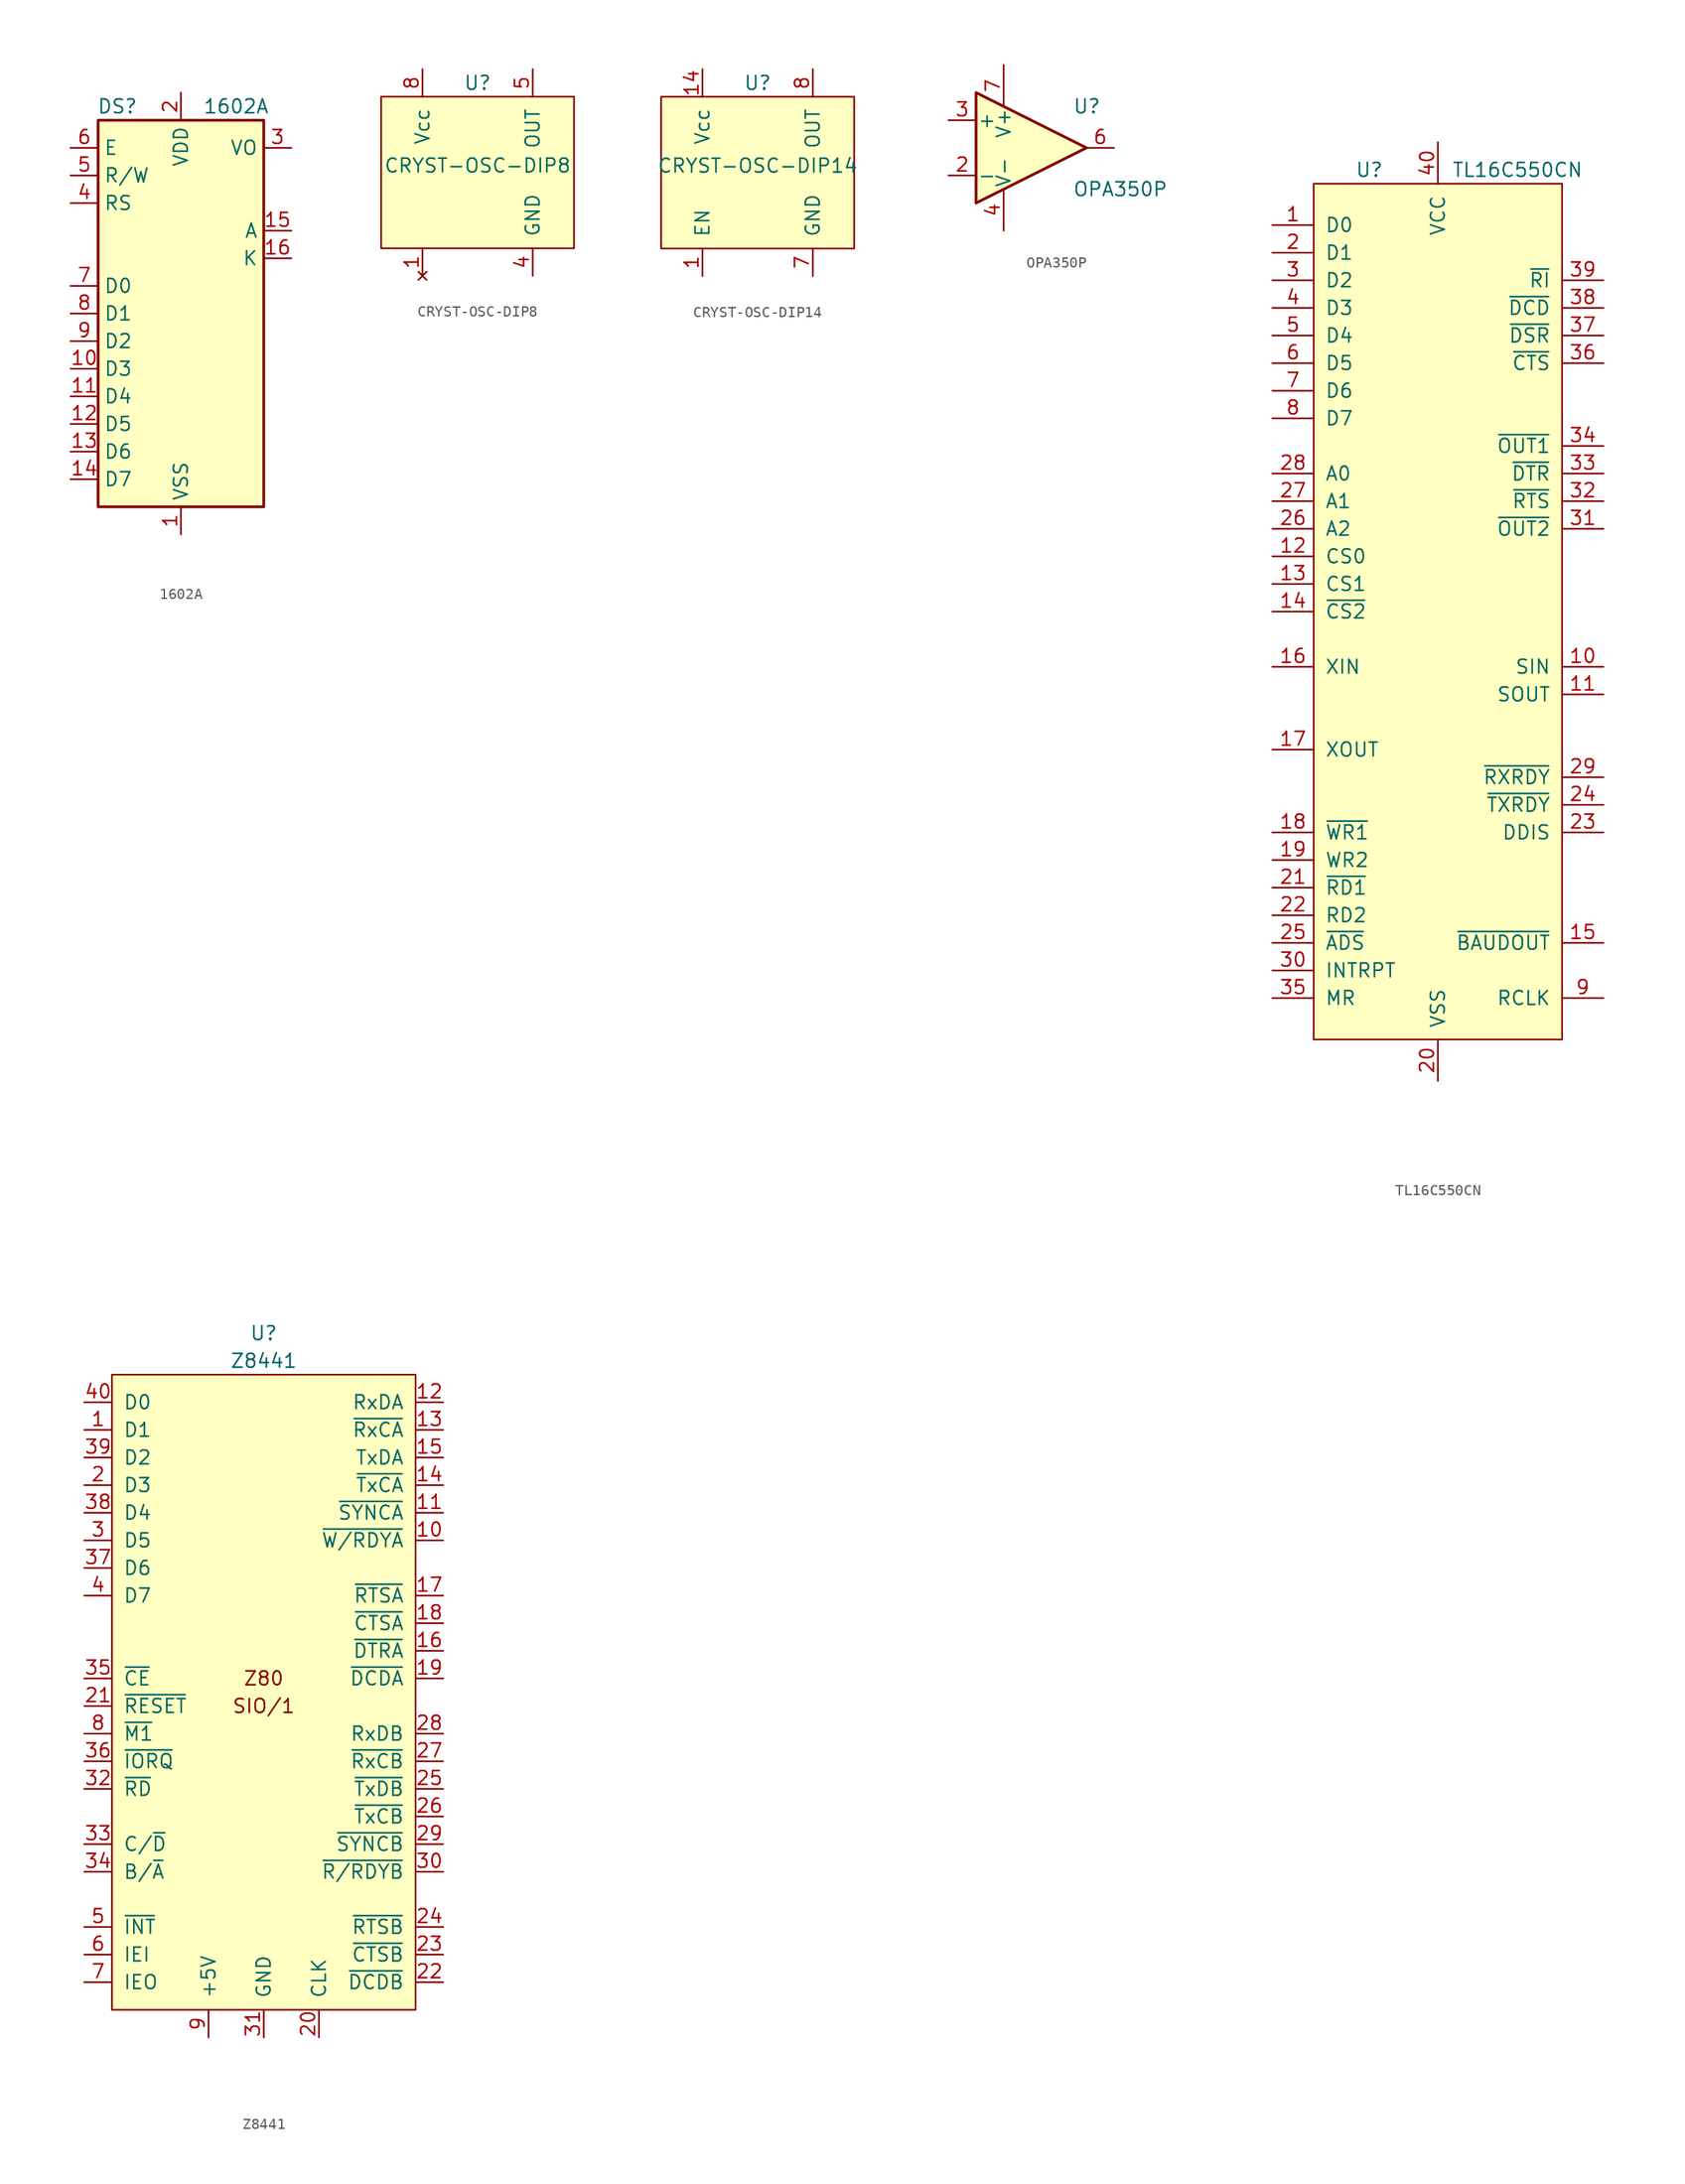
<source format=kicad_sym>
(kicad_symbol_lib
  (version 20220914)
  (generator kicad_symbol_editor)
  (symbol "1602A"
    (property "Reference" "DS"
      (at -5.842 19.05 0)
      (effects (font (size 1.27 1.27))))
    (property "Value" "1602A"
      (at 5.08 19.05 0)
      (effects (font (size 1.27 1.27))))
    (symbol "1602A_1_1"
      (rectangle (start -7.62 17.78) (end 7.62 -17.78) (stroke (width 0.254) (type default)) (fill (type background)))
      (pin power_in line (at 0 -20.32 90) (length 2.54) (name "VSS" (effects (font (size 1.27 1.27)))) (number "1" (effects (font (size 1.27 1.27)))))
      (pin input line (at -10.16 -5.08 0) (length 2.54) (name "D3" (effects (font (size 1.27 1.27)))) (number "10" (effects (font (size 1.27 1.27)))))
      (pin input line (at -10.16 -7.62 0) (length 2.54) (name "D4" (effects (font (size 1.27 1.27)))) (number "11" (effects (font (size 1.27 1.27)))))
      (pin input line (at -10.16 -10.16 0) (length 2.54) (name "D5" (effects (font (size 1.27 1.27)))) (number "12" (effects (font (size 1.27 1.27)))))
      (pin input line (at -10.16 -12.7 0) (length 2.54) (name "D6" (effects (font (size 1.27 1.27)))) (number "13" (effects (font (size 1.27 1.27)))))
      (pin input line (at -10.16 -15.24 0) (length 2.54) (name "D7" (effects (font (size 1.27 1.27)))) (number "14" (effects (font (size 1.27 1.27)))))
      (pin power_in line (at 10.16 7.62 180) (length 2.54) (name "A" (effects (font (size 1.27 1.27)))) (number "15" (effects (font (size 1.27 1.27)))))
      (pin power_in line (at 10.16 5.08 180) (length 2.54) (name "K" (effects (font (size 1.27 1.27)))) (number "16" (effects (font (size 1.27 1.27)))))
      (pin power_in line (at 0 20.32 270) (length 2.54) (name "VDD" (effects (font (size 1.27 1.27)))) (number "2" (effects (font (size 1.27 1.27)))))
      (pin input line (at 10.16 15.24 180) (length 2.54) (name "VO" (effects (font (size 1.27 1.27)))) (number "3" (effects (font (size 1.27 1.27)))))
      (pin input line (at -10.16 10.16 0) (length 2.54) (name "RS" (effects (font (size 1.27 1.27)))) (number "4" (effects (font (size 1.27 1.27)))))
      (pin input line (at -10.16 12.7 0) (length 2.54) (name "R/W" (effects (font (size 1.27 1.27)))) (number "5" (effects (font (size 1.27 1.27)))))
      (pin input line (at -10.16 15.24 0) (length 2.54) (name "E" (effects (font (size 1.27 1.27)))) (number "6" (effects (font (size 1.27 1.27)))))
      (pin input line (at -10.16 2.54 0) (length 2.54) (name "D0" (effects (font (size 1.27 1.27)))) (number "7" (effects (font (size 1.27 1.27)))))
      (pin input line (at -10.16 0 0) (length 2.54) (name "D1" (effects (font (size 1.27 1.27)))) (number "8" (effects (font (size 1.27 1.27)))))
      (pin input line (at -10.16 -2.54 0) (length 2.54) (name "D2" (effects (font (size 1.27 1.27)))) (number "9" (effects (font (size 1.27 1.27)))))))
  (symbol "CRYST-OSC-DIP8"
    (pin_names
      (offset 1.016))
    (property "Reference" "U"
      (at 5.08 1.27 0)
      (effects (font (size 1.27 1.27))))
    (property "Value" "CRYST-OSC-DIP8"
      (at 5.08 -6.35 0)
      (effects (font (size 1.27 1.27))))
    (symbol "CRYST-OSC-DIP8_0_1"
      (rectangle (start -3.81 0) (end 13.97 -13.97) (stroke (width 0) (type default)) (fill (type background))))
    (symbol "CRYST-OSC-DIP8_1_1"
      (pin no_connect line (at 0 -16.51 90) (length 2.54) (name "~" (effects (font (size 1.27 1.27)))) (number "1" (effects (font (size 1.27 1.27)))))
      (pin power_in line (at 10.16 -16.51 90) (length 2.54) (name "GND" (effects (font (size 1.27 1.27)))) (number "4" (effects (font (size 1.27 1.27)))))
      (pin output line (at 10.16 2.54 270) (length 2.54) (name "OUT" (effects (font (size 1.27 1.27)))) (number "5" (effects (font (size 1.27 1.27)))))
      (pin power_in line (at 0 2.54 270) (length 2.54) (name "Vcc" (effects (font (size 1.27 1.27)))) (number "8" (effects (font (size 1.27 1.27)))))))
  (symbol "CRYST-OSC-DIP14"
    (pin_names
      (offset 1.016))
    (property "Reference" "U"
      (at 5.08 1.27 0)
      (effects (font (size 1.27 1.27))))
    (property "Value" "CRYST-OSC-DIP14"
      (at 5.08 -6.35 0)
      (effects (font (size 1.27 1.27))))
    (symbol "CRYST-OSC-DIP14_0_1"
      (rectangle (start -3.81 0) (end 13.97 -13.97) (stroke (width 0) (type default)) (fill (type background))))
    (symbol "CRYST-OSC-DIP14_1_1"
      (pin input line (at 0 -16.51 90) (length 2.54) (name "EN" (effects (font (size 1.27 1.27)))) (number "1" (effects (font (size 1.27 1.27)))))
      (pin power_in line (at 0 2.54 270) (length 2.54) (name "Vcc" (effects (font (size 1.27 1.27)))) (number "14" (effects (font (size 1.27 1.27)))))
      (pin power_in line (at 10.16 -16.51 90) (length 2.54) (name "GND" (effects (font (size 1.27 1.27)))) (number "7" (effects (font (size 1.27 1.27)))))
      (pin output line (at 10.16 2.54 270) (length 2.54) (name "OUT" (effects (font (size 1.27 1.27)))) (number "8" (effects (font (size 1.27 1.27)))))))
  (symbol "OPA350P"
    (pin_names
      (offset 0.127))
    (property "Reference" "U"
      (at 3.81 3.81 0)
      (effects (font (size 1.27 1.27)) (justify left)))
    (property "Value" "OPA350P"
      (at 3.81 -3.81 0)
      (effects (font (size 1.27 1.27)) (justify left)))
    (symbol "OPA350P_0_1"
      (polyline (pts (xy -5.08 5.08) (xy 5.08 0) (xy -5.08 -5.08) (xy -5.08 5.08)) (stroke (width 0.254) (type default)) (fill (type background))))
    (symbol "OPA350P_1_1"
      (pin input line (at -7.62 -2.54 0) (length 2.54) (name "-" (effects (font (size 1.27 1.27)))) (number "2" (effects (font (size 1.27 1.27)))))
      (pin input line (at -7.62 2.54 0) (length 2.54) (name "+" (effects (font (size 1.27 1.27)))) (number "3" (effects (font (size 1.27 1.27)))))
      (pin power_in line (at -2.54 -7.62 90) (length 3.81) (name "V-" (effects (font (size 1.27 1.27)))) (number "4" (effects (font (size 1.27 1.27)))))
      (pin output line (at 7.62 0 180) (length 2.54) (name "~" (effects (font (size 1.27 1.27)))) (number "6" (effects (font (size 1.27 1.27)))))
      (pin power_in line (at -2.54 7.62 270) (length 3.81) (name "V+" (effects (font (size 1.27 1.27)))) (number "7" (effects (font (size 1.27 1.27)))))))
  (symbol "TL16C550CN"
    (pin_names
      (offset 1.016))
    (property "Reference" "U"
      (at -7.62 40.64 0)
      (effects (font (size 1.27 1.27)) (justify left)))
    (property "Value" "TL16C550CN"
      (at 1.27 40.64 0)
      (effects (font (size 1.27 1.27)) (justify left)))
    (symbol "TL16C550CN_0_1"
      (rectangle (start -11.43 39.37) (end 11.43 -39.37) (stroke (width 0) (type default)) (fill (type background))))
    (symbol "TL16C550CN_1_1"
      (pin bidirectional line (at -15.24 35.56 0) (length 3.81) (name "D0" (effects (font (size 1.27 1.27)))) (number "1" (effects (font (size 1.27 1.27)))))
      (pin input line (at 15.24 -5.08 180) (length 3.81) (name "SIN" (effects (font (size 1.27 1.27)))) (number "10" (effects (font (size 1.27 1.27)))))
      (pin output line (at 15.24 -7.62 180) (length 3.81) (name "SOUT" (effects (font (size 1.27 1.27)))) (number "11" (effects (font (size 1.27 1.27)))))
      (pin input line (at -15.24 5.08 0) (length 3.81) (name "CS0" (effects (font (size 1.27 1.27)))) (number "12" (effects (font (size 1.27 1.27)))))
      (pin input line (at -15.24 2.54 0) (length 3.81) (name "CS1" (effects (font (size 1.27 1.27)))) (number "13" (effects (font (size 1.27 1.27)))))
      (pin input line (at -15.24 0 0) (length 3.81) (name "~{CS2}" (effects (font (size 1.27 1.27)))) (number "14" (effects (font (size 1.27 1.27)))))
      (pin output line (at 15.24 -30.48 180) (length 3.81) (name "~{BAUDOUT}" (effects (font (size 1.27 1.27)))) (number "15" (effects (font (size 1.27 1.27)))))
      (pin input line (at -15.24 -5.08 0) (length 3.81) (name "XIN" (effects (font (size 1.27 1.27)))) (number "16" (effects (font (size 1.27 1.27)))))
      (pin output line (at -15.24 -12.7 0) (length 3.81) (name "XOUT" (effects (font (size 1.27 1.27)))) (number "17" (effects (font (size 1.27 1.27)))))
      (pin input line (at -15.24 -20.32 0) (length 3.81) (name "~{WR1}" (effects (font (size 1.27 1.27)))) (number "18" (effects (font (size 1.27 1.27)))))
      (pin input line (at -15.24 -22.86 0) (length 3.81) (name "WR2" (effects (font (size 1.27 1.27)))) (number "19" (effects (font (size 1.27 1.27)))))
      (pin bidirectional line (at -15.24 33.02 0) (length 3.81) (name "D1" (effects (font (size 1.27 1.27)))) (number "2" (effects (font (size 1.27 1.27)))))
      (pin power_in line (at 0 -43.18 90) (length 3.81) (name "VSS" (effects (font (size 1.27 1.27)))) (number "20" (effects (font (size 1.27 1.27)))))
      (pin input line (at -15.24 -25.4 0) (length 3.81) (name "~{RD1}" (effects (font (size 1.27 1.27)))) (number "21" (effects (font (size 1.27 1.27)))))
      (pin input line (at -15.24 -27.94 0) (length 3.81) (name "RD2" (effects (font (size 1.27 1.27)))) (number "22" (effects (font (size 1.27 1.27)))))
      (pin output line (at 15.24 -20.32 180) (length 3.81) (name "DDIS" (effects (font (size 1.27 1.27)))) (number "23" (effects (font (size 1.27 1.27)))))
      (pin output line (at 15.24 -17.78 180) (length 3.81) (name "~{TXRDY}" (effects (font (size 1.27 1.27)))) (number "24" (effects (font (size 1.27 1.27)))))
      (pin input line (at -15.24 -30.48 0) (length 3.81) (name "~{ADS}" (effects (font (size 1.27 1.27)))) (number "25" (effects (font (size 1.27 1.27)))))
      (pin input line (at -15.24 7.62 0) (length 3.81) (name "A2" (effects (font (size 1.27 1.27)))) (number "26" (effects (font (size 1.27 1.27)))))
      (pin input line (at -15.24 10.16 0) (length 3.81) (name "A1" (effects (font (size 1.27 1.27)))) (number "27" (effects (font (size 1.27 1.27)))))
      (pin input line (at -15.24 12.7 0) (length 3.81) (name "A0" (effects (font (size 1.27 1.27)))) (number "28" (effects (font (size 1.27 1.27)))))
      (pin output line (at 15.24 -15.24 180) (length 3.81) (name "~{RXRDY}" (effects (font (size 1.27 1.27)))) (number "29" (effects (font (size 1.27 1.27)))))
      (pin bidirectional line (at -15.24 30.48 0) (length 3.81) (name "D2" (effects (font (size 1.27 1.27)))) (number "3" (effects (font (size 1.27 1.27)))))
      (pin output line (at -15.24 -33.02 0) (length 3.81) (name "INTRPT" (effects (font (size 1.27 1.27)))) (number "30" (effects (font (size 1.27 1.27)))))
      (pin output line (at 15.24 7.62 180) (length 3.81) (name "~{OUT2}" (effects (font (size 1.27 1.27)))) (number "31" (effects (font (size 1.27 1.27)))))
      (pin output line (at 15.24 10.16 180) (length 3.81) (name "~{RTS}" (effects (font (size 1.27 1.27)))) (number "32" (effects (font (size 1.27 1.27)))))
      (pin output line (at 15.24 12.7 180) (length 3.81) (name "~{DTR}" (effects (font (size 1.27 1.27)))) (number "33" (effects (font (size 1.27 1.27)))))
      (pin output line (at 15.24 15.24 180) (length 3.81) (name "~{OUT1}" (effects (font (size 1.27 1.27)))) (number "34" (effects (font (size 1.27 1.27)))))
      (pin input line (at -15.24 -35.56 0) (length 3.81) (name "MR" (effects (font (size 1.27 1.27)))) (number "35" (effects (font (size 1.27 1.27)))))
      (pin input line (at 15.24 22.86 180) (length 3.81) (name "~{CTS}" (effects (font (size 1.27 1.27)))) (number "36" (effects (font (size 1.27 1.27)))))
      (pin input line (at 15.24 25.4 180) (length 3.81) (name "~{DSR}" (effects (font (size 1.27 1.27)))) (number "37" (effects (font (size 1.27 1.27)))))
      (pin input line (at 15.24 27.94 180) (length 3.81) (name "~{DCD}" (effects (font (size 1.27 1.27)))) (number "38" (effects (font (size 1.27 1.27)))))
      (pin input line (at 15.24 30.48 180) (length 3.81) (name "~{RI}" (effects (font (size 1.27 1.27)))) (number "39" (effects (font (size 1.27 1.27)))))
      (pin bidirectional line (at -15.24 27.94 0) (length 3.81) (name "D3" (effects (font (size 1.27 1.27)))) (number "4" (effects (font (size 1.27 1.27)))))
      (pin power_in line (at 0 43.18 270) (length 3.81) (name "VCC" (effects (font (size 1.27 1.27)))) (number "40" (effects (font (size 1.27 1.27)))))
      (pin bidirectional line (at -15.24 25.4 0) (length 3.81) (name "D4" (effects (font (size 1.27 1.27)))) (number "5" (effects (font (size 1.27 1.27)))))
      (pin bidirectional line (at -15.24 22.86 0) (length 3.81) (name "D5" (effects (font (size 1.27 1.27)))) (number "6" (effects (font (size 1.27 1.27)))))
      (pin bidirectional line (at -15.24 20.32 0) (length 3.81) (name "D6" (effects (font (size 1.27 1.27)))) (number "7" (effects (font (size 1.27 1.27)))))
      (pin bidirectional line (at -15.24 17.78 0) (length 3.81) (name "D7" (effects (font (size 1.27 1.27)))) (number "8" (effects (font (size 1.27 1.27)))))
      (pin input line (at 15.24 -35.56 180) (length 3.81) (name "RCLK" (effects (font (size 1.27 1.27)))) (number "9" (effects (font (size 1.27 1.27)))))))
  (symbol "Z8441"
    (pin_names
      (offset 1.016))
    (property "Reference" "U"
      (at 13.97 6.35 0)
      (effects (font (size 1.27 1.27))))
    (property "Value" "Z8441"
      (at 13.97 3.81 0)
      (effects (font (size 1.27 1.27))))
    (symbol "Z8441_0_0"
      (text "SIO/1" (at 13.97 -27.94 0) (effects (font (size 1.27 1.27))))
      (text "Z80" (at 13.97 -25.4 0) (effects (font (size 1.27 1.27)))))
    (symbol "Z8441_0_1"
      (rectangle (start 27.94 2.54) (end 0 -55.88) (stroke (width 0) (type default)) (fill (type background))))
    (symbol "Z8441_1_1"
      (pin bidirectional line (at -2.54 -2.54 0) (length 2.54) (name "D1" (effects (font (size 1.27 1.27)))) (number "1" (effects (font (size 1.27 1.27)))))
      (pin output line (at 30.48 -12.7 180) (length 2.54) (name "~{W/RDYA}" (effects (font (size 1.27 1.27)))) (number "10" (effects (font (size 1.27 1.27)))))
      (pin bidirectional line (at 30.48 -10.16 180) (length 2.54) (name "~{SYNCA}" (effects (font (size 1.27 1.27)))) (number "11" (effects (font (size 1.27 1.27)))))
      (pin input line (at 30.48 0 180) (length 2.54) (name "RxDA" (effects (font (size 1.27 1.27)))) (number "12" (effects (font (size 1.27 1.27)))))
      (pin input line (at 30.48 -2.54 180) (length 2.54) (name "~{RxCA}" (effects (font (size 1.27 1.27)))) (number "13" (effects (font (size 1.27 1.27)))))
      (pin output line (at 30.48 -7.62 180) (length 2.54) (name "~{TxCA}" (effects (font (size 1.27 1.27)))) (number "14" (effects (font (size 1.27 1.27)))))
      (pin output line (at 30.48 -5.08 180) (length 2.54) (name "TxDA" (effects (font (size 1.27 1.27)))) (number "15" (effects (font (size 1.27 1.27)))))
      (pin output line (at 30.48 -22.86 180) (length 2.54) (name "~{DTRA}" (effects (font (size 1.27 1.27)))) (number "16" (effects (font (size 1.27 1.27)))))
      (pin output line (at 30.48 -17.78 180) (length 2.54) (name "~{RTSA}" (effects (font (size 1.27 1.27)))) (number "17" (effects (font (size 1.27 1.27)))))
      (pin input line (at 30.48 -20.32 180) (length 2.54) (name "~{CTSA}" (effects (font (size 1.27 1.27)))) (number "18" (effects (font (size 1.27 1.27)))))
      (pin input line (at 30.48 -25.4 180) (length 2.54) (name "~{DCDA}" (effects (font (size 1.27 1.27)))) (number "19" (effects (font (size 1.27 1.27)))))
      (pin bidirectional line (at -2.54 -7.62 0) (length 2.54) (name "D3" (effects (font (size 1.27 1.27)))) (number "2" (effects (font (size 1.27 1.27)))))
      (pin input line (at 19.05 -58.42 90) (length 2.54) (name "CLK" (effects (font (size 1.27 1.27)))) (number "20" (effects (font (size 1.27 1.27)))))
      (pin input line (at -2.54 -27.94 0) (length 2.54) (name "~{RESET}" (effects (font (size 1.27 1.27)))) (number "21" (effects (font (size 1.27 1.27)))))
      (pin input line (at 30.48 -53.34 180) (length 2.54) (name "~{DCDB}" (effects (font (size 1.27 1.27)))) (number "22" (effects (font (size 1.27 1.27)))))
      (pin input line (at 30.48 -50.8 180) (length 2.54) (name "~{CTSB}" (effects (font (size 1.27 1.27)))) (number "23" (effects (font (size 1.27 1.27)))))
      (pin output line (at 30.48 -48.26 180) (length 2.54) (name "~{RTSB}" (effects (font (size 1.27 1.27)))) (number "24" (effects (font (size 1.27 1.27)))))
      (pin output line (at 30.48 -35.56 180) (length 2.54) (name "~{TxDB}" (effects (font (size 1.27 1.27)))) (number "25" (effects (font (size 1.27 1.27)))))
      (pin input line (at 30.48 -38.1 180) (length 2.54) (name "~{TxCB}" (effects (font (size 1.27 1.27)))) (number "26" (effects (font (size 1.27 1.27)))))
      (pin input line (at 30.48 -33.02 180) (length 2.54) (name "~{RxCB}" (effects (font (size 1.27 1.27)))) (number "27" (effects (font (size 1.27 1.27)))))
      (pin input line (at 30.48 -30.48 180) (length 2.54) (name "RxDB" (effects (font (size 1.27 1.27)))) (number "28" (effects (font (size 1.27 1.27)))))
      (pin bidirectional line (at 30.48 -40.64 180) (length 2.54) (name "~{SYNCB}" (effects (font (size 1.27 1.27)))) (number "29" (effects (font (size 1.27 1.27)))))
      (pin bidirectional line (at -2.54 -12.7 0) (length 2.54) (name "D5" (effects (font (size 1.27 1.27)))) (number "3" (effects (font (size 1.27 1.27)))))
      (pin output line (at 30.48 -43.18 180) (length 2.54) (name "~{R/RDYB}" (effects (font (size 1.27 1.27)))) (number "30" (effects (font (size 1.27 1.27)))))
      (pin power_in line (at 13.97 -58.42 90) (length 2.54) (name "GND" (effects (font (size 1.27 1.27)))) (number "31" (effects (font (size 1.27 1.27)))))
      (pin input line (at -2.54 -35.56 0) (length 2.54) (name "~{RD}" (effects (font (size 1.27 1.27)))) (number "32" (effects (font (size 1.27 1.27)))))
      (pin input line (at -2.54 -40.64 0) (length 2.54) (name "C/~{D}" (effects (font (size 1.27 1.27)))) (number "33" (effects (font (size 1.27 1.27)))))
      (pin input line (at -2.54 -43.18 0) (length 2.54) (name "B/~{A}" (effects (font (size 1.27 1.27)))) (number "34" (effects (font (size 1.27 1.27)))))
      (pin input line (at -2.54 -25.4 0) (length 2.54) (name "~{CE}" (effects (font (size 1.27 1.27)))) (number "35" (effects (font (size 1.27 1.27)))))
      (pin input line (at -2.54 -33.02 0) (length 2.54) (name "~{IORQ}" (effects (font (size 1.27 1.27)))) (number "36" (effects (font (size 1.27 1.27)))))
      (pin bidirectional line (at -2.54 -15.24 0) (length 2.54) (name "D6" (effects (font (size 1.27 1.27)))) (number "37" (effects (font (size 1.27 1.27)))))
      (pin bidirectional line (at -2.54 -10.16 0) (length 2.54) (name "D4" (effects (font (size 1.27 1.27)))) (number "38" (effects (font (size 1.27 1.27)))))
      (pin bidirectional line (at -2.54 -5.08 0) (length 2.54) (name "D2" (effects (font (size 1.27 1.27)))) (number "39" (effects (font (size 1.27 1.27)))))
      (pin bidirectional line (at -2.54 -17.78 0) (length 2.54) (name "D7" (effects (font (size 1.27 1.27)))) (number "4" (effects (font (size 1.27 1.27)))))
      (pin bidirectional line (at -2.54 0 0) (length 2.54) (name "D0" (effects (font (size 1.27 1.27)))) (number "40" (effects (font (size 1.27 1.27)))))
      (pin output line (at -2.54 -48.26 0) (length 2.54) (name "~{INT}" (effects (font (size 1.27 1.27)))) (number "5" (effects (font (size 1.27 1.27)))))
      (pin input line (at -2.54 -50.8 0) (length 2.54) (name "IEI" (effects (font (size 1.27 1.27)))) (number "6" (effects (font (size 1.27 1.27)))))
      (pin output line (at -2.54 -53.34 0) (length 2.54) (name "IEO" (effects (font (size 1.27 1.27)))) (number "7" (effects (font (size 1.27 1.27)))))
      (pin input line (at -2.54 -30.48 0) (length 2.54) (name "~{M1}" (effects (font (size 1.27 1.27)))) (number "8" (effects (font (size 1.27 1.27)))))
      (pin power_in line (at 8.89 -58.42 90) (length 2.54) (name "+5V" (effects (font (size 1.27 1.27)))) (number "9" (effects (font (size 1.27 1.27))))))))
</source>
